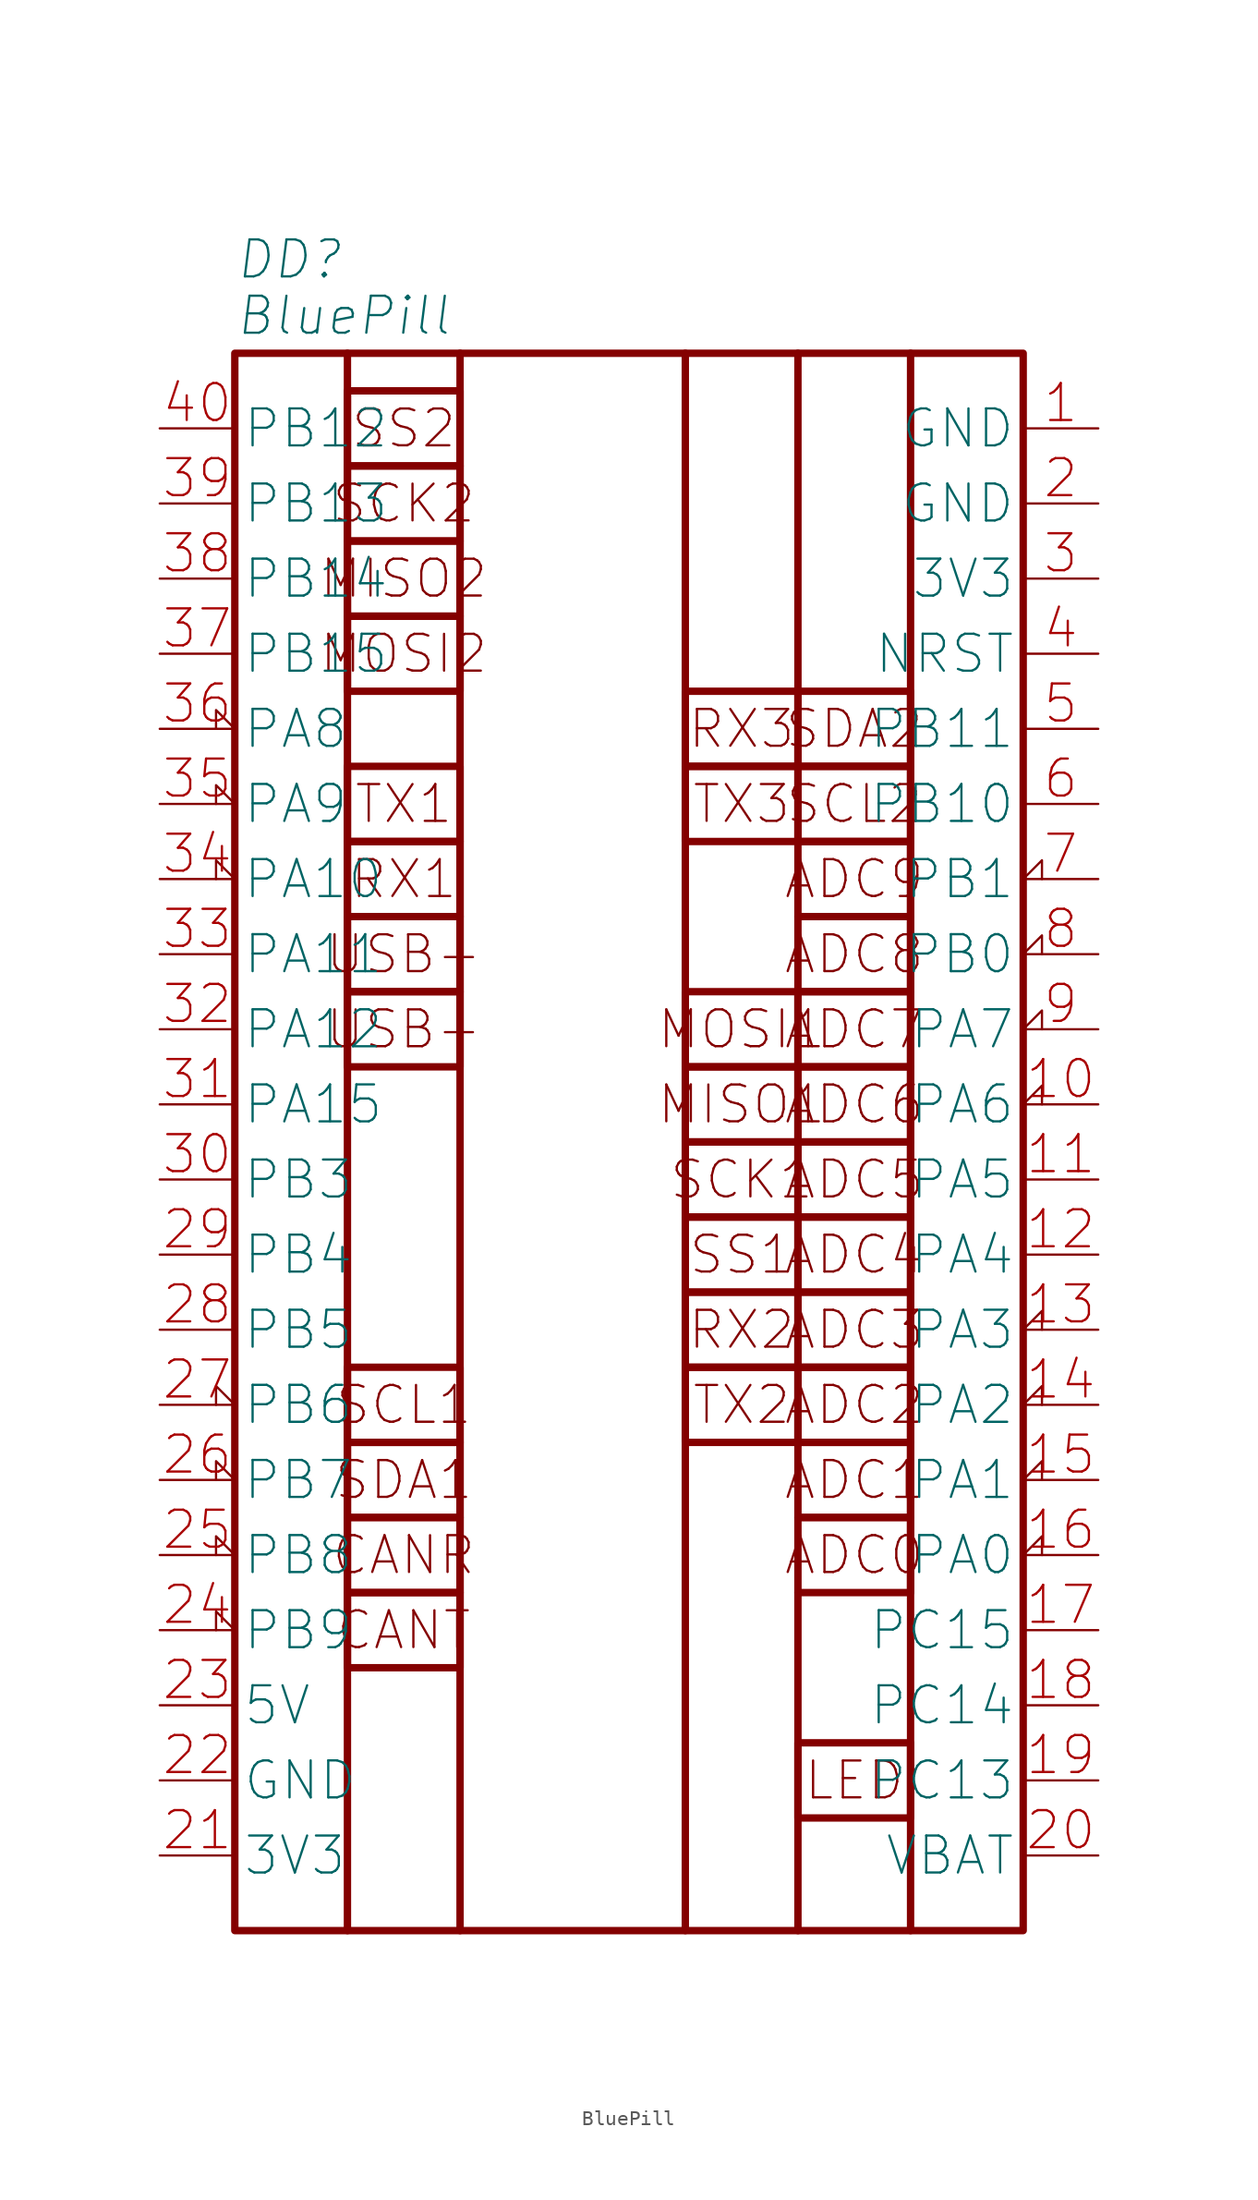
<source format=kicad_sym>
(kicad_symbol_lib
  (version 20231120)
  (generator "kicad_symbol_editor")
  (generator_version "8.0")
  (symbol "BluePill"
    (property "Reference" "DD"
      (at -22.86 6.35 0)
      (effects (font (size 2.5 2.5) (italic yes)) (justify left)))
    (property "Value" "BluePill"
      (at -22.86 2.54 0)
      (effects (font (size 2.5 2.5) (italic yes)) (justify left)))
    (symbol "BluePill_1_1"
      (rectangle (start -22.86 0) (end -15.24 -106.68) (stroke (width 0.5) (type default)) (fill (type none)))
      (rectangle (start -15.24 -83.82) (end -7.62 -88.9) (stroke (width 0.5) (type default)) (fill (type none)))
      (rectangle (start -15.24 -78.74) (end -7.62 -83.82) (stroke (width 0.5) (type default)) (fill (type none)))
      (rectangle (start -15.24 -73.66) (end -7.62 -78.74) (stroke (width 0.5) (type default)) (fill (type none)))
      (rectangle (start -15.24 -68.58) (end -7.62 -73.66) (stroke (width 0.5) (type default)) (fill (type none)))
      (rectangle (start -15.24 -43.18) (end -7.62 -48.26) (stroke (width 0.5) (type default)) (fill (type none)))
      (rectangle (start -15.24 -38.1) (end -7.62 -43.18) (stroke (width 0.5) (type default)) (fill (type none)))
      (rectangle (start -15.24 -33.02) (end -7.62 -38.1) (stroke (width 0.5) (type default)) (fill (type none)))
      (rectangle (start -15.24 -27.94) (end -7.62 -33.02) (stroke (width 0.5) (type default)) (fill (type none)))
      (rectangle (start -15.24 -17.78) (end -7.62 -22.86) (stroke (width 0.5) (type default)) (fill (type none)))
      (rectangle (start -15.24 -12.7) (end -7.62 -17.78) (stroke (width 0.5) (type default)) (fill (type none)))
      (rectangle (start -15.24 -7.62) (end -7.62 -12.7) (stroke (width 0.5) (type default)) (fill (type none)))
      (rectangle (start -15.24 -2.54) (end -7.62 -7.62) (stroke (width 0.5) (type default)) (fill (type none)))
      (rectangle (start -7.62 0) (end 7.62 -106.68) (stroke (width 0.5) (type default)) (fill (type none)))
      (polyline (pts (xy -7.62 -106.68) (xy -15.24 -106.68)) (stroke (width 0.5) (type default)) (fill (type none)))
      (polyline (pts (xy -7.62 0) (xy -15.24 0)) (stroke (width 0.5) (type default)) (fill (type none)))
      (polyline (pts (xy 7.62 0) (xy 22.86 0)) (stroke (width 0.5) (type default)) (fill (type none)))
      (polyline (pts (xy 15.24 -106.68) (xy 15.24 -83.82)) (stroke (width 0.5) (type default)) (fill (type none)))
      (polyline (pts (xy 15.24 -22.86) (xy 15.24 0)) (stroke (width 0.5) (type default)) (fill (type none)))
      (polyline (pts (xy 22.86 -106.68) (xy 7.62 -106.68)) (stroke (width 0.5) (type default)) (fill (type none)))
      (rectangle (start 15.24 -93.98) (end 22.86 -99.06) (stroke (width 0.5) (type default)) (fill (type none)))
      (rectangle (start 15.24 -78.74) (end 22.86 -83.82) (stroke (width 0.5) (type default)) (fill (type none)))
      (rectangle (start 15.24 -73.66) (end 22.86 -78.74) (stroke (width 0.5) (type default)) (fill (type none)))
      (rectangle (start 15.24 -68.58) (end 7.62 -73.66) (stroke (width 0.5) (type default)) (fill (type none)))
      (rectangle (start 15.24 -68.58) (end 22.86 -73.66) (stroke (width 0.5) (type default)) (fill (type none)))
      (rectangle (start 15.24 -63.5) (end 7.62 -68.58) (stroke (width 0.5) (type default)) (fill (type none)))
      (rectangle (start 15.24 -63.5) (end 22.86 -68.58) (stroke (width 0.5) (type default)) (fill (type none)))
      (rectangle (start 15.24 -58.42) (end 7.62 -63.5) (stroke (width 0.5) (type default)) (fill (type none)))
      (rectangle (start 15.24 -58.42) (end 22.86 -63.5) (stroke (width 0.5) (type default)) (fill (type none)))
      (rectangle (start 15.24 -53.34) (end 7.62 -58.42) (stroke (width 0.5) (type default)) (fill (type none)))
      (rectangle (start 15.24 -53.34) (end 22.86 -58.42) (stroke (width 0.5) (type default)) (fill (type none)))
      (rectangle (start 15.24 -48.26) (end 7.62 -53.34) (stroke (width 0.5) (type default)) (fill (type none)))
      (rectangle (start 15.24 -48.26) (end 22.86 -53.34) (stroke (width 0.5) (type default)) (fill (type none)))
      (rectangle (start 15.24 -43.18) (end 7.62 -48.26) (stroke (width 0.5) (type default)) (fill (type none)))
      (rectangle (start 15.24 -43.18) (end 22.86 -48.26) (stroke (width 0.5) (type default)) (fill (type none)))
      (rectangle (start 15.24 -38.1) (end 22.86 -43.18) (stroke (width 0.5) (type default)) (fill (type none)))
      (rectangle (start 15.24 -33.02) (end 22.86 -38.1) (stroke (width 0.5) (type default)) (fill (type none)))
      (rectangle (start 15.24 -27.94) (end 7.62 -33.02) (stroke (width 0.5) (type default)) (fill (type none)))
      (rectangle (start 15.24 -22.86) (end 7.62 -27.94) (stroke (width 0.5) (type default)) (fill (type none)))
      (rectangle (start 22.86 -27.94) (end 15.24 -33.02) (stroke (width 0.5) (type default)) (fill (type none)))
      (rectangle (start 22.86 -22.86) (end 15.24 -27.94) (stroke (width 0.5) (type default)) (fill (type none)))
      (rectangle (start 22.86 0) (end 30.48 -106.68) (stroke (width 0.5) (type default)) (fill (type none)))
      (text "ADC0" (at 19.05 -81.28 0) (effects (font (size 2.489 2.489))))
      (text "ADC1" (at 19.05 -76.2 0) (effects (font (size 2.489 2.489))))
      (text "ADC2" (at 19.05 -71.12 0) (effects (font (size 2.489 2.489))))
      (text "ADC3" (at 19.05 -66.04 0) (effects (font (size 2.489 2.489))))
      (text "ADC4" (at 19.05 -60.96 0) (effects (font (size 2.489 2.489))))
      (text "ADC5" (at 19.05 -55.88 0) (effects (font (size 2.489 2.489))))
      (text "ADC6" (at 19.05 -50.8 0) (effects (font (size 2.489 2.489))))
      (text "ADC7" (at 19.05 -45.72 0) (effects (font (size 2.489 2.489))))
      (text "ADC8" (at 19.05 -40.64 0) (effects (font (size 2.489 2.489))))
      (text "ADC9" (at 19.05 -35.56 0) (effects (font (size 2.489 2.489))))
      (text "CANR" (at -11.43 -81.28 0) (effects (font (size 2.489 2.489))))
      (text "CANT" (at -11.43 -86.36 0) (effects (font (size 2.489 2.489))))
      (text "LED" (at 19.05 -96.52 0) (effects (font (size 2.489 2.489))))
      (text "MISO1" (at 11.43 -50.8 0) (effects (font (size 2.489 2.489))))
      (text "MISO2" (at -11.43 -15.24 0) (effects (font (size 2.489 2.489))))
      (text "MOSI1" (at 11.43 -45.72 0) (effects (font (size 2.489 2.489))))
      (text "MOSI2" (at -11.43 -20.32 0) (effects (font (size 2.489 2.489))))
      (text "RX1" (at -11.43 -35.56 0) (effects (font (size 2.489 2.489))))
      (text "RX2" (at 11.43 -66.04 0) (effects (font (size 2.489 2.489))))
      (text "RX3" (at 11.43 -25.4 0) (effects (font (size 2.489 2.489))))
      (text "SCK1" (at 11.43 -55.88 0) (effects (font (size 2.489 2.489))))
      (text "SCK2" (at -11.43 -10.16 0) (effects (font (size 2.489 2.489))))
      (text "SCL1" (at -11.43 -71.12 0) (effects (font (size 2.489 2.489))))
      (text "SCL2" (at 19.05 -30.48 0) (effects (font (size 2.489 2.489))))
      (text "SDA1" (at -11.43 -76.2 0) (effects (font (size 2.489 2.489))))
      (text "SDA2" (at 19.05 -25.4 0) (effects (font (size 2.489 2.489))))
      (text "SS1" (at 11.43 -60.96 0) (effects (font (size 2.489 2.489))))
      (text "SS2" (at -11.43 -5.08 0) (effects (font (size 2.489 2.489))))
      (text "TX1" (at -11.43 -30.48 0) (effects (font (size 2.489 2.489))))
      (text "TX2" (at 11.43 -71.12 0) (effects (font (size 2.489 2.489))))
      (text "TX3" (at 11.43 -30.48 0) (effects (font (size 2.489 2.489))))
      (text "USB+" (at -11.43 -45.72 0) (effects (font (size 2.489 2.489))))
      (text "USB-" (at -11.43 -40.64 0) (effects (font (size 2.489 2.489))))
      (pin passive line (at 35.56 -5.08 180) (length 5.08) (name "GND" (effects (font (size 2.5 2.5)))) (number "1" (effects (font (size 2.5 2.5)))))
      (pin bidirectional input_low (at 35.56 -50.8 180) (length 5.08) (name "PA6" (effects (font (size 2.5 2.5)))) (number "10" (effects (font (size 2.5 2.5)))) (alternate "ADC1_IN6" bidirectional line) (alternate "ADC2_IN6" bidirectional line) (alternate "SPI1_MISO" bidirectional line) (alternate "TIM1_BKIN" bidirectional line) (alternate "TIM3_CH1" bidirectional line))
      (pin bidirectional line (at 35.56 -55.88 180) (length 5.08) (name "PA5" (effects (font (size 2.5 2.5)))) (number "11" (effects (font (size 2.5 2.5)))) (alternate "ADC1_IN5" bidirectional line) (alternate "ADC2_IN5" bidirectional line) (alternate "SPI1_SCK" bidirectional line))
      (pin bidirectional line (at 35.56 -60.96 180) (length 5.08) (name "PA4" (effects (font (size 2.5 2.5)))) (number "12" (effects (font (size 2.5 2.5)))) (alternate "ADC1_IN4" bidirectional line) (alternate "ADC2_IN4" bidirectional line) (alternate "SPI1_NSS" bidirectional line) (alternate "USART2_CK" bidirectional line))
      (pin bidirectional input_low (at 35.56 -66.04 180) (length 5.08) (name "PA3" (effects (font (size 2.5 2.5)))) (number "13" (effects (font (size 2.5 2.5)))) (alternate "ADC1_IN3" bidirectional line) (alternate "ADC2_IN3" bidirectional line) (alternate "TIM2_CH4" bidirectional line) (alternate "USART2_RX" bidirectional line))
      (pin bidirectional input_low (at 35.56 -71.12 180) (length 5.08) (name "PA2" (effects (font (size 2.5 2.5)))) (number "14" (effects (font (size 2.5 2.5)))) (alternate "ADC1_IN2" bidirectional line) (alternate "ADC2_IN2" bidirectional line) (alternate "TIM2_CH3" bidirectional line) (alternate "USART2_TX" bidirectional line))
      (pin bidirectional input_low (at 35.56 -76.2 180) (length 5.08) (name "PA1" (effects (font (size 2.5 2.5)))) (number "15" (effects (font (size 2.5 2.5)))) (alternate "ADC1_IN1" bidirectional line) (alternate "ADC2_IN1" bidirectional line) (alternate "TIM2_CH2" bidirectional line) (alternate "USART2_RTS" bidirectional line))
      (pin bidirectional input_low (at 35.56 -81.28 180) (length 5.08) (name "PA0" (effects (font (size 2.5 2.5)))) (number "16" (effects (font (size 2.5 2.5)))) (alternate "ADC1_IN0" bidirectional line) (alternate "ADC2_IN0" bidirectional line) (alternate "SYS_WKUP" bidirectional line) (alternate "TIM2_CH1" bidirectional line) (alternate "TIM2_ETR" bidirectional line) (alternate "USART2_CTS" bidirectional line))
      (pin bidirectional line (at 35.56 -86.36 180) (length 5.08) (name "PC15" (effects (font (size 2.5 2.5)))) (number "17" (effects (font (size 2.5 2.5)))) (alternate "ADC1_EXTI15" bidirectional line) (alternate "ADC2_EXTI15" bidirectional line) (alternate "RCC_OSC32_OUT" bidirectional line))
      (pin bidirectional line (at 35.56 -91.44 180) (length 5.08) (name "PC14" (effects (font (size 2.5 2.5)))) (number "18" (effects (font (size 2.5 2.5)))) (alternate "RCC_OSC32_IN" bidirectional line))
      (pin bidirectional line (at 35.56 -96.52 180) (length 5.08) (name "PC13" (effects (font (size 2.5 2.5)))) (number "19" (effects (font (size 2.5 2.5)))) (alternate "RTC_OUT" bidirectional line) (alternate "RTC_TAMPER" bidirectional line))
      (pin passive line (at 35.56 -10.16 180) (length 5.08) (name "GND" (effects (font (size 2.5 2.5)))) (number "2" (effects (font (size 2.5 2.5)))))
      (pin power_in line (at 35.56 -101.6 180) (length 5.08) (name "VBAT" (effects (font (size 2.5 2.5)))) (number "20" (effects (font (size 2.5 2.5)))))
      (pin passive line (at -27.94 -101.6 0) (length 5.08) (name "3V3" (effects (font (size 2.5 2.5)))) (number "21" (effects (font (size 2.5 2.5)))))
      (pin passive line (at -27.94 -96.52 0) (length 5.08) (name "GND" (effects (font (size 2.5 2.5)))) (number "22" (effects (font (size 2.5 2.5)))))
      (pin passive line (at -27.94 -91.44 0) (length 5.08) (name "5V" (effects (font (size 2.5 2.5)))) (number "23" (effects (font (size 2.5 2.5)))))
      (pin bidirectional input_low (at -27.94 -86.36 0) (length 5.08) (name "PB9" (effects (font (size 2.5 2.5)))) (number "24" (effects (font (size 2.5 2.5)))) (alternate "CAN_TX" bidirectional line) (alternate "I2C1_SDA" bidirectional line) (alternate "TIM4_CH4" bidirectional line))
      (pin bidirectional input_low (at -27.94 -81.28 0) (length 5.08) (name "PB8" (effects (font (size 2.5 2.5)))) (number "25" (effects (font (size 2.5 2.5)))) (alternate "CAN_RX" bidirectional line) (alternate "I2C1_SCL" bidirectional line) (alternate "TIM4_CH3" bidirectional line))
      (pin bidirectional input_low (at -27.94 -76.2 0) (length 5.08) (name "PB7" (effects (font (size 2.5 2.5)))) (number "26" (effects (font (size 2.5 2.5)))) (alternate "I2C1_SDA" bidirectional line) (alternate "TIM4_CH2" bidirectional line) (alternate "USART1_RX" bidirectional line))
      (pin bidirectional input_low (at -27.94 -71.12 0) (length 5.08) (name "PB6" (effects (font (size 2.5 2.5)))) (number "27" (effects (font (size 2.5 2.5)))) (alternate "I2C1_SCL" bidirectional line) (alternate "TIM4_CH1" bidirectional line) (alternate "USART1_TX" bidirectional line))
      (pin bidirectional line (at -27.94 -66.04 0) (length 5.08) (name "PB5" (effects (font (size 2.5 2.5)))) (number "28" (effects (font (size 2.5 2.5)))) (alternate "I2C1_SMBA" bidirectional line) (alternate "SPI1_MOSI" bidirectional line) (alternate "TIM3_CH2" bidirectional line))
      (pin bidirectional line (at -27.94 -60.96 0) (length 5.08) (name "PB4" (effects (font (size 2.5 2.5)))) (number "29" (effects (font (size 2.5 2.5)))) (alternate "SPI1_MISO" bidirectional line) (alternate "SYS_NJTRST" bidirectional line) (alternate "TIM3_CH1" bidirectional line))
      (pin passive line (at 35.56 -15.24 180) (length 5.08) (name "3V3" (effects (font (size 2.5 2.5)))) (number "3" (effects (font (size 2.5 2.5)))))
      (pin bidirectional line (at -27.94 -55.88 0) (length 5.08) (name "PB3" (effects (font (size 2.5 2.5)))) (number "30" (effects (font (size 2.5 2.5)))) (alternate "SPI1_SCK" bidirectional line) (alternate "SYS_JTDO-TRACESWO" bidirectional line) (alternate "TIM2_CH2" bidirectional line))
      (pin bidirectional line (at -27.94 -50.8 0) (length 5.08) (name "PA15" (effects (font (size 2.5 2.5)))) (number "31" (effects (font (size 2.5 2.5)))) (alternate "ADC1_EXTI15" bidirectional line) (alternate "ADC2_EXTI15" bidirectional line) (alternate "SPI1_NSS" bidirectional line) (alternate "SYS_JTDI" bidirectional line) (alternate "TIM2_CH1" bidirectional line) (alternate "TIM2_ETR" bidirectional line))
      (pin bidirectional line (at -27.94 -45.72 0) (length 5.08) (name "PA12" (effects (font (size 2.5 2.5)))) (number "32" (effects (font (size 2.5 2.5)))) (alternate "CAN_TX" bidirectional line) (alternate "TIM1_ETR" bidirectional line) (alternate "USART1_RTS" bidirectional line) (alternate "USB_DP" bidirectional line))
      (pin bidirectional line (at -27.94 -40.64 0) (length 5.08) (name "PA11" (effects (font (size 2.5 2.5)))) (number "33" (effects (font (size 2.5 2.5)))) (alternate "ADC1_EXTI11" bidirectional line) (alternate "ADC2_EXTI11" bidirectional line) (alternate "CAN_RX" bidirectional line) (alternate "TIM1_CH4" bidirectional line) (alternate "USART1_CTS" bidirectional line) (alternate "USB_DM" bidirectional line))
      (pin bidirectional input_low (at -27.94 -35.56 0) (length 5.08) (name "PA10" (effects (font (size 2.5 2.5)))) (number "34" (effects (font (size 2.5 2.5)))) (alternate "TIM1_CH3" bidirectional line) (alternate "USART1_RX" bidirectional line))
      (pin bidirectional input_low (at -27.94 -30.48 0) (length 5.08) (name "PA9" (effects (font (size 2.5 2.5)))) (number "35" (effects (font (size 2.5 2.5)))) (alternate "TIM1_CH2" bidirectional line) (alternate "USART1_TX" bidirectional line))
      (pin bidirectional input_low (at -27.94 -25.4 0) (length 5.08) (name "PA8" (effects (font (size 2.5 2.5)))) (number "36" (effects (font (size 2.5 2.5)))) (alternate "RCC_MCO" bidirectional line) (alternate "TIM1_CH1" bidirectional line) (alternate "USART1_CK" bidirectional line))
      (pin bidirectional line (at -27.94 -20.32 0) (length 5.08) (name "PB15" (effects (font (size 2.5 2.5)))) (number "37" (effects (font (size 2.5 2.5)))) (alternate "ADC1_EXTI15" bidirectional line) (alternate "ADC2_EXTI15" bidirectional line) (alternate "SPI2_MOSI" bidirectional line) (alternate "TIM1_CH3N" bidirectional line))
      (pin bidirectional line (at -27.94 -15.24 0) (length 5.08) (name "PB14" (effects (font (size 2.5 2.5)))) (number "38" (effects (font (size 2.5 2.5)))) (alternate "SPI2_MISO" bidirectional line) (alternate "TIM1_CH2N" bidirectional line) (alternate "USART3_RTS" bidirectional line))
      (pin bidirectional line (at -27.94 -10.16 0) (length 5.08) (name "PB13" (effects (font (size 2.5 2.5)))) (number "39" (effects (font (size 2.5 2.5)))) (alternate "SPI2_SCK" bidirectional line) (alternate "TIM1_CH1N" bidirectional line) (alternate "USART3_CTS" bidirectional line))
      (pin input line (at 35.56 -20.32 180) (length 5.08) (name "NRST" (effects (font (size 2.5 2.5)))) (number "4" (effects (font (size 2.5 2.5)))))
      (pin bidirectional line (at -27.94 -5.08 0) (length 5.08) (name "PB12" (effects (font (size 2.5 2.5)))) (number "40" (effects (font (size 2.5 2.5)))) (alternate "I2C2_SMBA" bidirectional line) (alternate "SPI2_NSS" bidirectional line) (alternate "TIM1_BKIN" bidirectional line) (alternate "USART3_CK" bidirectional line))
      (pin bidirectional line (at 35.56 -25.4 180) (length 5.08) (name "PB11" (effects (font (size 2.5 2.5)))) (number "5" (effects (font (size 2.5 2.5)))) (alternate "ADC1_EXTI11" bidirectional line) (alternate "ADC2_EXTI11" bidirectional line) (alternate "I2C2_SDA" bidirectional line) (alternate "TIM2_CH4" bidirectional line) (alternate "USART3_RX" bidirectional line))
      (pin bidirectional line (at 35.56 -30.48 180) (length 5.08) (name "PB10" (effects (font (size 2.5 2.5)))) (number "6" (effects (font (size 2.5 2.5)))) (alternate "I2C2_SCL" bidirectional line) (alternate "TIM2_CH3" bidirectional line) (alternate "USART3_TX" bidirectional line))
      (pin bidirectional input_low (at 35.56 -35.56 180) (length 5.08) (name "PB1" (effects (font (size 2.5 2.5)))) (number "7" (effects (font (size 2.5 2.5)))) (alternate "ADC1_IN9" bidirectional line) (alternate "ADC2_IN9" bidirectional line) (alternate "TIM1_CH3N" bidirectional line) (alternate "TIM3_CH4" bidirectional line))
      (pin bidirectional input_low (at 35.56 -40.64 180) (length 5.08) (name "PB0" (effects (font (size 2.5 2.5)))) (number "8" (effects (font (size 2.5 2.5)))) (alternate "ADC1_IN8" bidirectional line) (alternate "ADC2_IN8" bidirectional line) (alternate "TIM1_CH2N" bidirectional line) (alternate "TIM3_CH3" bidirectional line))
      (pin bidirectional input_low (at 35.56 -45.72 180) (length 5.08) (name "PA7" (effects (font (size 2.5 2.5)))) (number "9" (effects (font (size 2.5 2.5)))) (alternate "ADC1_IN7" bidirectional line) (alternate "ADC2_IN7" bidirectional line) (alternate "SPI1_MOSI" bidirectional line) (alternate "TIM1_CH1N" bidirectional line) (alternate "TIM3_CH2" bidirectional line)))))
</source>
